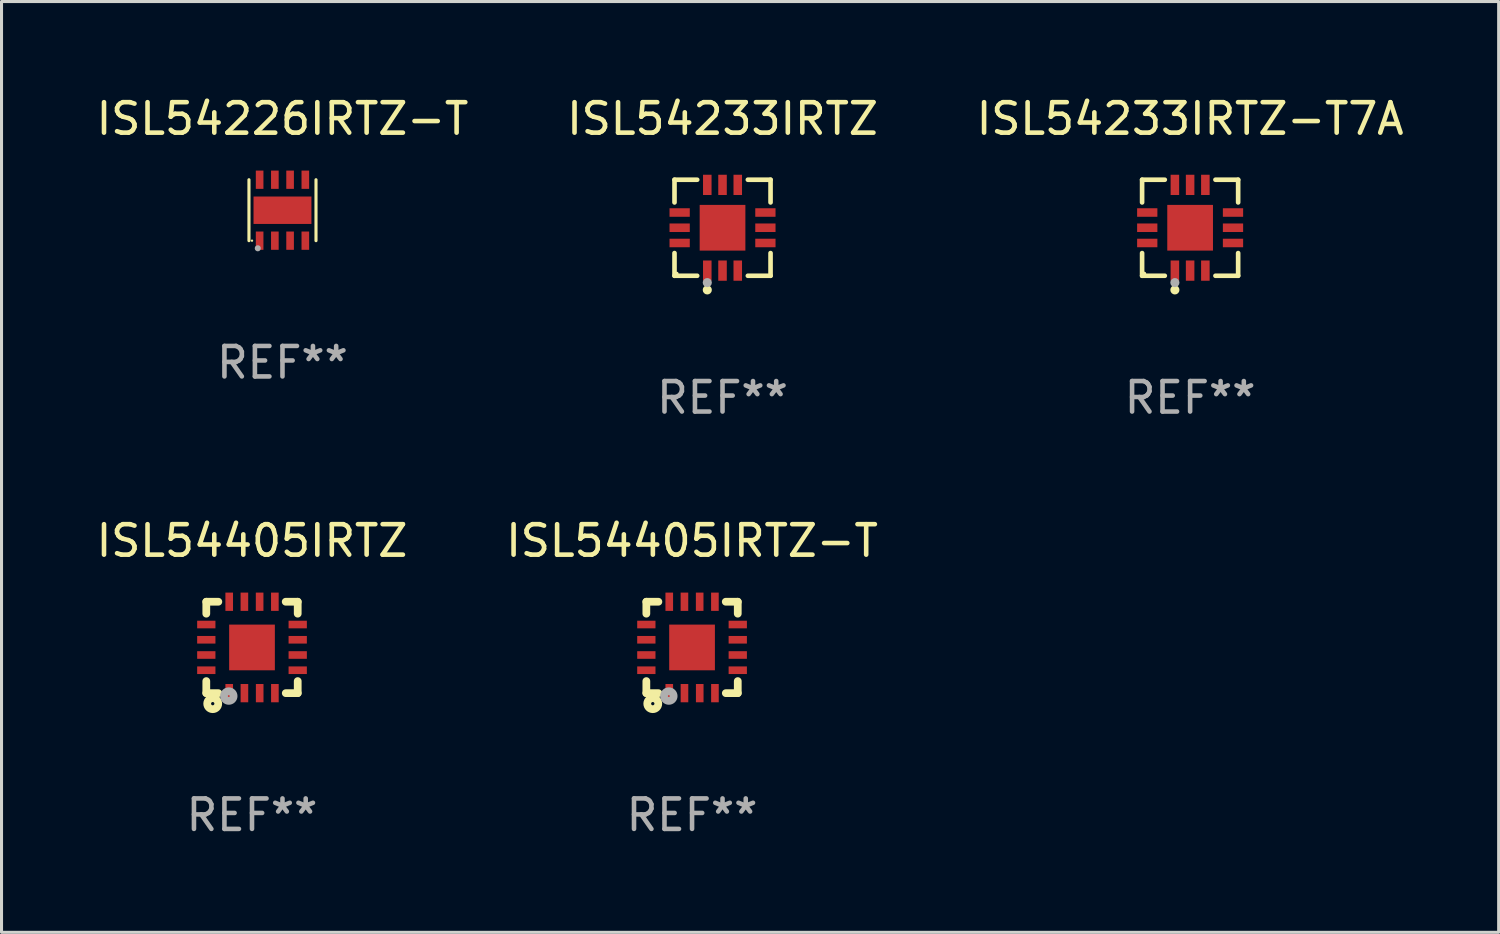
<source format=kicad_pcb>
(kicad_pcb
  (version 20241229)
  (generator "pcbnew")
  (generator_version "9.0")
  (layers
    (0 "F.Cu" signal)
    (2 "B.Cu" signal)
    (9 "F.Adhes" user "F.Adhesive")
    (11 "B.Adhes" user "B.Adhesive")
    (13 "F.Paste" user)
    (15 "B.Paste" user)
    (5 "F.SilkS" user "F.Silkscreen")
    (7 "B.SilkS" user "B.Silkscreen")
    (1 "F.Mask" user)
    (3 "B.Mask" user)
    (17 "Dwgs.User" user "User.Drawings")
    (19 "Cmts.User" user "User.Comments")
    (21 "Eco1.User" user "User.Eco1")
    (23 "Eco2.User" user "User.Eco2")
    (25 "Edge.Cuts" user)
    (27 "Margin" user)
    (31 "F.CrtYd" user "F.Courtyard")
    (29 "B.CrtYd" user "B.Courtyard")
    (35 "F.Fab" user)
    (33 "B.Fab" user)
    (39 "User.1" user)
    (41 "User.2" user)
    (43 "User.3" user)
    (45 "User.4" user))
  (footprint "ISL54405IRTZ-T"
    (layer "F.Cu")
    (at 19.661 18.197)
    (property "Reference" "ISL54405IRTZ-T" (at 0 -3.5 0) (layer "F.SilkS") (effects (font (size 1 1) (thickness 0.15))))
    (attr through_hole)
    (fp_line (start -1.5 -1.5) (end -1.5 -1.108) (stroke (width 0.254) (type solid)) (layer "F.SilkS"))
    (fp_line (start -1.5 -1.5) (end -1.105 -1.5) (stroke (width 0.254) (type solid)) (layer "F.SilkS"))
    (fp_line (start -1.5 1.104) (end -1.5 1.5) (stroke (width 0.254) (type solid)) (layer "F.SilkS"))
    (fp_line (start -1.5 1.5) (end -1.105 1.5) (stroke (width 0.254) (type solid)) (layer "F.SilkS"))
    (fp_line (start 1.106 -1.5) (end 1.5 -1.5) (stroke (width 0.254) (type solid)) (layer "F.SilkS"))
    (fp_line (start 1.108 1.5) (end 1.5 1.5) (stroke (width 0.254) (type solid)) (layer "F.SilkS"))
    (fp_line (start 1.5 -1.108) (end 1.5 -1.5) (stroke (width 0.254) (type solid)) (layer "F.SilkS"))
    (fp_line (start 1.5 1.5) (end 1.5 1.104) (stroke (width 0.254) (type solid)) (layer "F.SilkS"))
    (fp_circle (center -1.5 1.5) (end -1.47 1.5) (stroke (width 0.06) (type solid)) (fill no) (layer "F.SilkS"))
    (fp_circle (center -1.289 1.845) (end -1.235 1.845) (stroke (width 0.254) (type solid)) (fill no) (layer "F.SilkS"))
    (fp_circle (center -0.762 1.596) (end -0.731 1.596) (stroke (width 0.254) (type solid)) (fill no) (layer "F.Fab"))
    (fp_text user "REF**" (at 0 5.5 0) (layer "F.Fab") (effects (font (size 1 1) (thickness 0.15))))
    (pad "1" smd rect (at -0.748 1.5 180) (size 0.25 0.6) (layers "F.Cu" "F.Mask" "F.Paste"))
    (pad "2" smd rect (at -0.249 1.5 180) (size 0.25 0.6) (layers "F.Cu" "F.Mask" "F.Paste"))
    (pad "3" smd rect (at 0.252 1.5 180) (size 0.25 0.6) (layers "F.Cu" "F.Mask" "F.Paste"))
    (pad "4" smd rect (at 0.751 1.5 180) (size 0.25 0.6) (layers "F.Cu" "F.Mask" "F.Paste"))
    (pad "5" smd rect (at 1.5 0.748 270) (size 0.25 0.6) (layers "F.Cu" "F.Mask" "F.Paste"))
    (pad "6" smd rect (at 1.5 0.248 270) (size 0.25 0.6) (layers "F.Cu" "F.Mask" "F.Paste"))
    (pad "7" smd rect (at 1.5 -0.252 270) (size 0.25 0.6) (layers "F.Cu" "F.Mask" "F.Paste"))
    (pad "8" smd rect (at 1.5 -0.752 270) (size 0.25 0.6) (layers "F.Cu" "F.Mask" "F.Paste"))
    (pad "9" smd rect (at 0.75 -1.5) (size 0.25 0.6) (layers "F.Cu" "F.Mask" "F.Paste"))
    (pad "10" smd rect (at 0.25 -1.5) (size 0.25 0.6) (layers "F.Cu" "F.Mask" "F.Paste"))
    (pad "11" smd rect (at -0.25 -1.5) (size 0.25 0.6) (layers "F.Cu" "F.Mask" "F.Paste"))
    (pad "12" smd rect (at -0.748 -1.5) (size 0.25 0.6) (layers "F.Cu" "F.Mask" "F.Paste"))
    (pad "13" smd rect (at -1.5 -0.752 90) (size 0.25 0.6) (layers "F.Cu" "F.Mask" "F.Paste"))
    (pad "14" smd rect (at -1.5 -0.252 90) (size 0.25 0.6) (layers "F.Cu" "F.Mask" "F.Paste"))
    (pad "15" smd rect (at -1.5 0.248 90) (size 0.25 0.6) (layers "F.Cu" "F.Mask" "F.Paste"))
    (pad "16" smd rect (at -1.5 0.748 90) (size 0.25 0.6) (layers "F.Cu" "F.Mask" "F.Paste"))
    (pad "17" smd rect (at -0.000064 0.000076 90) (size 1.5 1.5) (layers "F.Cu" "F.Mask" "F.Paste")))
  (footprint "ISL54233IRTZ-T7A"
    (layer "F.Cu")
    (at 36.006 4.424)
    (property "Reference" "ISL54233IRTZ-T7A" (at 0 -3.576 0) (layer "F.SilkS") (effects (font (size 1 1) (thickness 0.15))))
    (attr through_hole)
    (fp_line (start -1.576 -1.576) (end -0.831 -1.576) (stroke (width 0.152) (type solid)) (layer "F.SilkS"))
    (fp_line (start -1.576 -0.831) (end -1.576 -1.576) (stroke (width 0.152) (type solid)) (layer "F.SilkS"))
    (fp_line (start -1.576 0.831) (end -1.576 1.576) (stroke (width 0.152) (type solid)) (layer "F.SilkS"))
    (fp_line (start -1.576 1.576) (end -0.831 1.576) (stroke (width 0.152) (type solid)) (layer "F.SilkS"))
    (fp_line (start 1.576 -1.576) (end 0.831 -1.576) (stroke (width 0.152) (type solid)) (layer "F.SilkS"))
    (fp_line (start 1.576 -0.831) (end 1.576 -1.576) (stroke (width 0.152) (type solid)) (layer "F.SilkS"))
    (fp_line (start 1.576 0.831) (end 1.576 1.576) (stroke (width 0.152) (type solid)) (layer "F.SilkS"))
    (fp_line (start 1.576 1.576) (end 0.831 1.576) (stroke (width 0.152) (type solid)) (layer "F.SilkS"))
    (fp_circle (center -1.5 1.5) (end -1.47 1.5) (stroke (width 0.06) (type solid)) (fill no) (layer "F.SilkS"))
    (fp_circle (center -0.5 2.04) (end -0.425 2.04) (stroke (width 0.15) (type solid)) (fill no) (layer "F.SilkS"))
    (fp_circle (center -0.5 1.8) (end -0.425 1.8) (stroke (width 0.15) (type solid)) (fill no) (layer "F.Fab"))
    (fp_text user "REF**" (at 0 5.576 0) (layer "F.Fab") (effects (font (size 1 1) (thickness 0.15))))
    (pad "1" smd rect (at -0.5 1.407) (size 0.28 0.665) (layers "F.Cu" "F.Mask" "F.Paste"))
    (pad "2" smd rect (at 0 1.407) (size 0.28 0.665) (layers "F.Cu" "F.Mask" "F.Paste"))
    (pad "3" smd rect (at 0.5 1.407) (size 0.28 0.665) (layers "F.Cu" "F.Mask" "F.Paste"))
    (pad "4" smd rect (at 1.407 0.5) (size 0.665 0.28) (layers "F.Cu" "F.Mask" "F.Paste"))
    (pad "5" smd rect (at 1.407 0) (size 0.665 0.28) (layers "F.Cu" "F.Mask" "F.Paste"))
    (pad "6" smd rect (at 1.407 -0.5) (size 0.665 0.28) (layers "F.Cu" "F.Mask" "F.Paste"))
    (pad "7" smd rect (at 0.5 -1.407) (size 0.28 0.665) (layers "F.Cu" "F.Mask" "F.Paste"))
    (pad "8" smd rect (at 0 -1.407) (size 0.28 0.665) (layers "F.Cu" "F.Mask" "F.Paste"))
    (pad "9" smd rect (at -0.5 -1.407) (size 0.28 0.665) (layers "F.Cu" "F.Mask" "F.Paste"))
    (pad "10" smd rect (at -1.407 -0.5) (size 0.665 0.28) (layers "F.Cu" "F.Mask" "F.Paste"))
    (pad "11" smd rect (at -1.407 0) (size 0.665 0.28) (layers "F.Cu" "F.Mask" "F.Paste"))
    (pad "12" smd rect (at -1.407 0.5) (size 0.665 0.28) (layers "F.Cu" "F.Mask" "F.Paste"))
    (pad "13" smd rect (at 0 0) (size 1.5 1.5) (layers "F.Cu" "F.Mask" "F.Paste")))
  (footprint "ISL54405IRTZ"
    (layer "F.Cu")
    (at 5.22 18.197)
    (property "Reference" "ISL54405IRTZ" (at 0 -3.5 0) (layer "F.SilkS") (effects (font (size 1 1) (thickness 0.15))))
    (attr through_hole)
    (fp_line (start -1.5 -1.5) (end -1.5 -1.108) (stroke (width 0.254) (type solid)) (layer "F.SilkS"))
    (fp_line (start -1.5 -1.5) (end -1.105 -1.5) (stroke (width 0.254) (type solid)) (layer "F.SilkS"))
    (fp_line (start -1.5 1.104) (end -1.5 1.5) (stroke (width 0.254) (type solid)) (layer "F.SilkS"))
    (fp_line (start -1.5 1.5) (end -1.105 1.5) (stroke (width 0.254) (type solid)) (layer "F.SilkS"))
    (fp_line (start 1.106 -1.5) (end 1.5 -1.5) (stroke (width 0.254) (type solid)) (layer "F.SilkS"))
    (fp_line (start 1.108 1.5) (end 1.5 1.5) (stroke (width 0.254) (type solid)) (layer "F.SilkS"))
    (fp_line (start 1.5 -1.108) (end 1.5 -1.5) (stroke (width 0.254) (type solid)) (layer "F.SilkS"))
    (fp_line (start 1.5 1.5) (end 1.5 1.104) (stroke (width 0.254) (type solid)) (layer "F.SilkS"))
    (fp_circle (center -1.5 1.5) (end -1.47 1.5) (stroke (width 0.06) (type solid)) (fill no) (layer "F.SilkS"))
    (fp_circle (center -1.289 1.845) (end -1.235 1.845) (stroke (width 0.254) (type solid)) (fill no) (layer "F.SilkS"))
    (fp_circle (center -0.762 1.596) (end -0.731 1.596) (stroke (width 0.254) (type solid)) (fill no) (layer "F.Fab"))
    (fp_text user "REF**" (at 0 5.5 0) (layer "F.Fab") (effects (font (size 1 1) (thickness 0.15))))
    (pad "1" smd rect (at -0.748 1.5 180) (size 0.25 0.6) (layers "F.Cu" "F.Mask" "F.Paste"))
    (pad "2" smd rect (at -0.249 1.5 180) (size 0.25 0.6) (layers "F.Cu" "F.Mask" "F.Paste"))
    (pad "3" smd rect (at 0.252 1.5 180) (size 0.25 0.6) (layers "F.Cu" "F.Mask" "F.Paste"))
    (pad "4" smd rect (at 0.751 1.5 180) (size 0.25 0.6) (layers "F.Cu" "F.Mask" "F.Paste"))
    (pad "5" smd rect (at 1.5 0.748 270) (size 0.25 0.6) (layers "F.Cu" "F.Mask" "F.Paste"))
    (pad "6" smd rect (at 1.5 0.248 270) (size 0.25 0.6) (layers "F.Cu" "F.Mask" "F.Paste"))
    (pad "7" smd rect (at 1.5 -0.252 270) (size 0.25 0.6) (layers "F.Cu" "F.Mask" "F.Paste"))
    (pad "8" smd rect (at 1.5 -0.752 270) (size 0.25 0.6) (layers "F.Cu" "F.Mask" "F.Paste"))
    (pad "9" smd rect (at 0.75 -1.5) (size 0.25 0.6) (layers "F.Cu" "F.Mask" "F.Paste"))
    (pad "10" smd rect (at 0.25 -1.5) (size 0.25 0.6) (layers "F.Cu" "F.Mask" "F.Paste"))
    (pad "11" smd rect (at -0.25 -1.5) (size 0.25 0.6) (layers "F.Cu" "F.Mask" "F.Paste"))
    (pad "12" smd rect (at -0.748 -1.5) (size 0.25 0.6) (layers "F.Cu" "F.Mask" "F.Paste"))
    (pad "13" smd rect (at -1.5 -0.752 90) (size 0.25 0.6) (layers "F.Cu" "F.Mask" "F.Paste"))
    (pad "14" smd rect (at -1.5 -0.252 90) (size 0.25 0.6) (layers "F.Cu" "F.Mask" "F.Paste"))
    (pad "15" smd rect (at -1.5 0.248 90) (size 0.25 0.6) (layers "F.Cu" "F.Mask" "F.Paste"))
    (pad "16" smd rect (at -1.5 0.748 90) (size 0.25 0.6) (layers "F.Cu" "F.Mask" "F.Paste"))
    (pad "17" smd rect (at -0.000064 0.000076 90) (size 1.5 1.5) (layers "F.Cu" "F.Mask" "F.Paste")))
  (footprint "ISL54233IRTZ"
    (layer "F.Cu")
    (at 20.661 4.424)
    (property "Reference" "ISL54233IRTZ" (at 0 -3.576 0) (layer "F.SilkS") (effects (font (size 1 1) (thickness 0.15))))
    (attr through_hole)
    (fp_line (start -1.576 -1.576) (end -0.831 -1.576) (stroke (width 0.152) (type solid)) (layer "F.SilkS"))
    (fp_line (start -1.576 -0.831) (end -1.576 -1.576) (stroke (width 0.152) (type solid)) (layer "F.SilkS"))
    (fp_line (start -1.576 0.831) (end -1.576 1.576) (stroke (width 0.152) (type solid)) (layer "F.SilkS"))
    (fp_line (start -1.576 1.576) (end -0.831 1.576) (stroke (width 0.152) (type solid)) (layer "F.SilkS"))
    (fp_line (start 1.576 -1.576) (end 0.831 -1.576) (stroke (width 0.152) (type solid)) (layer "F.SilkS"))
    (fp_line (start 1.576 -0.831) (end 1.576 -1.576) (stroke (width 0.152) (type solid)) (layer "F.SilkS"))
    (fp_line (start 1.576 0.831) (end 1.576 1.576) (stroke (width 0.152) (type solid)) (layer "F.SilkS"))
    (fp_line (start 1.576 1.576) (end 0.831 1.576) (stroke (width 0.152) (type solid)) (layer "F.SilkS"))
    (fp_circle (center -1.5 1.5) (end -1.47 1.5) (stroke (width 0.06) (type solid)) (fill no) (layer "F.SilkS"))
    (fp_circle (center -0.5 2.04) (end -0.425 2.04) (stroke (width 0.15) (type solid)) (fill no) (layer "F.SilkS"))
    (fp_circle (center -0.5 1.8) (end -0.425 1.8) (stroke (width 0.15) (type solid)) (fill no) (layer "F.Fab"))
    (fp_text user "REF**" (at 0 5.576 0) (layer "F.Fab") (effects (font (size 1 1) (thickness 0.15))))
    (pad "1" smd rect (at -0.5 1.407) (size 0.28 0.665) (layers "F.Cu" "F.Mask" "F.Paste"))
    (pad "2" smd rect (at 0 1.407) (size 0.28 0.665) (layers "F.Cu" "F.Mask" "F.Paste"))
    (pad "3" smd rect (at 0.5 1.407) (size 0.28 0.665) (layers "F.Cu" "F.Mask" "F.Paste"))
    (pad "4" smd rect (at 1.407 0.5) (size 0.665 0.28) (layers "F.Cu" "F.Mask" "F.Paste"))
    (pad "5" smd rect (at 1.407 0) (size 0.665 0.28) (layers "F.Cu" "F.Mask" "F.Paste"))
    (pad "6" smd rect (at 1.407 -0.5) (size 0.665 0.28) (layers "F.Cu" "F.Mask" "F.Paste"))
    (pad "7" smd rect (at 0.5 -1.407) (size 0.28 0.665) (layers "F.Cu" "F.Mask" "F.Paste"))
    (pad "8" smd rect (at 0 -1.407) (size 0.28 0.665) (layers "F.Cu" "F.Mask" "F.Paste"))
    (pad "9" smd rect (at -0.5 -1.407) (size 0.28 0.665) (layers "F.Cu" "F.Mask" "F.Paste"))
    (pad "10" smd rect (at -1.407 -0.5) (size 0.665 0.28) (layers "F.Cu" "F.Mask" "F.Paste"))
    (pad "11" smd rect (at -1.407 0) (size 0.665 0.28) (layers "F.Cu" "F.Mask" "F.Paste"))
    (pad "12" smd rect (at -1.407 0.5) (size 0.665 0.28) (layers "F.Cu" "F.Mask" "F.Paste"))
    (pad "13" smd rect (at 0 0) (size 1.5 1.5) (layers "F.Cu" "F.Mask" "F.Paste")))
  (footprint "ISL54226IRTZ-T"
    (layer "F.Cu")
    (at 6.22 3.848)
    (property "Reference" "ISL54226IRTZ-T" (at 0 -3 0) (layer "F.SilkS") (effects (font (size 1 1) (thickness 0.15))))
    (attr through_hole)
    (fp_line (start -1.1 1) (end -1.1 -1) (stroke (width 0.102) (type solid)) (layer "F.SilkS"))
    (fp_line (start 1.1 1) (end 1.1 -1) (stroke (width 0.102) (type solid)) (layer "F.SilkS"))
    (fp_circle (center -1 1) (end -0.98 1) (stroke (width 0.04) (type solid)) (fill no) (layer "F.SilkS"))
    (fp_circle (center -0.81 1.25) (end -0.76 1.25) (stroke (width 0.1) (type solid)) (fill no) (layer "F.Fab"))
    (fp_text user "REF**" (at 0 5 0) (layer "F.Fab") (effects (font (size 1 1) (thickness 0.15))))
    (pad "1" smd rect (at -0.75 1 90) (size 0.6 0.25) (layers "F.Cu" "F.Mask" "F.Paste"))
    (pad "2" smd rect (at -0.25 1 90) (size 0.6 0.25) (layers "F.Cu" "F.Mask" "F.Paste"))
    (pad "3" smd rect (at 0.25 1 90) (size 0.6 0.25) (layers "F.Cu" "F.Mask" "F.Paste"))
    (pad "4" smd rect (at 0.75 1 90) (size 0.6 0.25) (layers "F.Cu" "F.Mask" "F.Paste"))
    (pad "5" smd rect (at 0.75 -1 90) (size 0.6 0.25) (layers "F.Cu" "F.Mask" "F.Paste"))
    (pad "6" smd rect (at 0.25 -1 90) (size 0.6 0.25) (layers "F.Cu" "F.Mask" "F.Paste"))
    (pad "7" smd rect (at -0.25 -1 90) (size 0.6 0.25) (layers "F.Cu" "F.Mask" "F.Paste"))
    (pad "8" smd rect (at -0.75 -1 90) (size 0.6 0.25) (layers "F.Cu" "F.Mask" "F.Paste"))
    (pad "9" smd rect (at -0.000127 0.001 180) (size 1.9 0.9) (layers "F.Cu" "F.Mask" "F.Paste")))
  (gr_rect
    (start -3 -3)
    (end 46.131 27.546)
    (stroke (width 0.1) (type default))
    (fill no)
    (layer "Edge.Cuts")))
</source>
